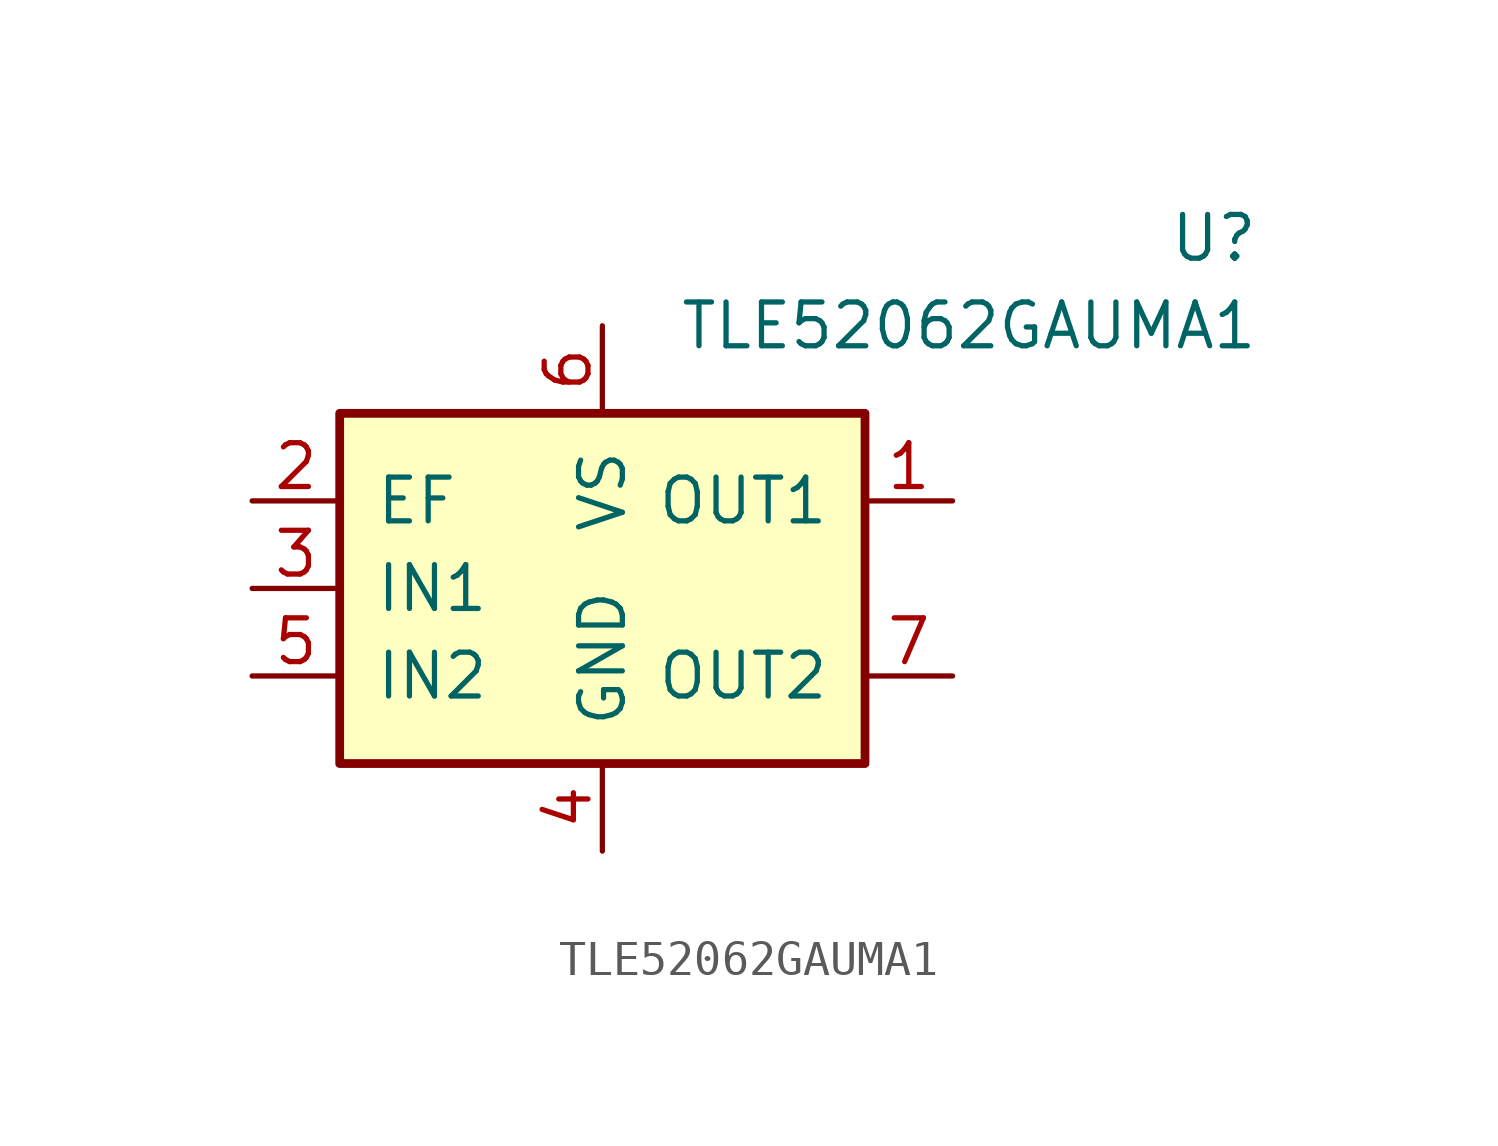
<source format=kicad_sym>
(kicad_symbol_lib
  (version 20201005)
  (generator kicad_symbol_editor)
  (symbol "KLIB_Motor:TLE52062GAUMA1"
    (pin_names
      (offset 1.016))
    (property "Reference" "U"
      (at 19.05 10.16 0)
      (effects (font (size 1.27 1.27)) (justify right)))
    (property "Value" "TLE52062GAUMA1"
      (at 19.05 7.62 0)
      (effects (font (size 1.27 1.27)) (justify right)))
    (symbol "TLE52062GAUMA1_0_1"
      (rectangle (start -7.62 5.08) (end 7.62 -5.08) (stroke (width 0.254)) (fill (type background))))
    (symbol "TLE52062GAUMA1_1_1"
      (pin output line (at 10.16 2.54 180) (length 2.54) (name "OUT1" (effects (font (size 1.27 1.27)))) (number "1" (effects (font (size 1.27 1.27)))))
      (pin open_collector line (at -10.16 2.54 0) (length 2.54) (name "EF" (effects (font (size 1.27 1.27)))) (number "2" (effects (font (size 1.27 1.27)))))
      (pin input line (at -10.16 0 0) (length 2.54) (name "IN1" (effects (font (size 1.27 1.27)))) (number "3" (effects (font (size 1.27 1.27)))))
      (pin power_in line (at 0 -7.62 90) (length 2.54) (name "GND" (effects (font (size 1.27 1.27)))) (number "4" (effects (font (size 1.27 1.27)))))
      (pin input line (at -10.16 -2.54 0) (length 2.54) (name "IN2" (effects (font (size 1.27 1.27)))) (number "5" (effects (font (size 1.27 1.27)))))
      (pin power_in line (at 0 7.62 270) (length 2.54) (name "VS" (effects (font (size 1.27 1.27)))) (number "6" (effects (font (size 1.27 1.27)))))
      (pin output line (at 10.16 -2.54 180) (length 2.54) (name "OUT2" (effects (font (size 1.27 1.27)))) (number "7" (effects (font (size 1.27 1.27))))))))
</source>
